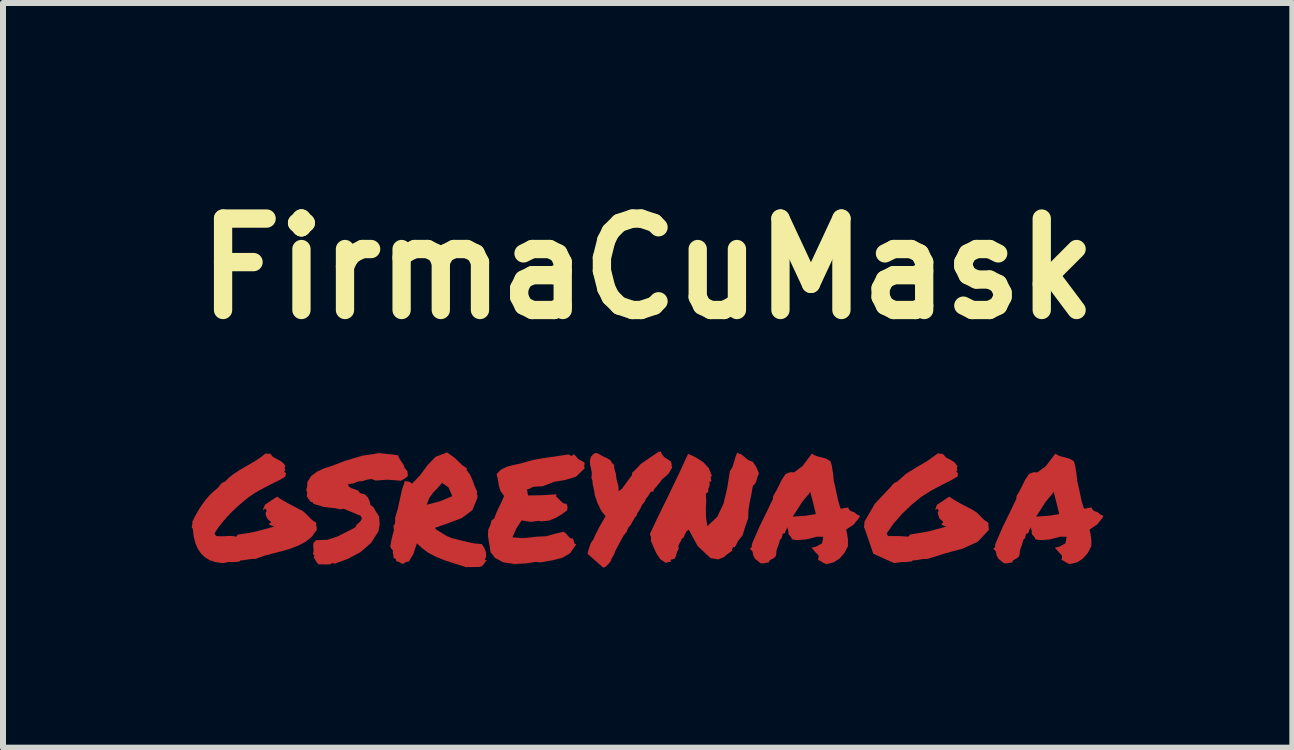
<source format=kicad_pcb>
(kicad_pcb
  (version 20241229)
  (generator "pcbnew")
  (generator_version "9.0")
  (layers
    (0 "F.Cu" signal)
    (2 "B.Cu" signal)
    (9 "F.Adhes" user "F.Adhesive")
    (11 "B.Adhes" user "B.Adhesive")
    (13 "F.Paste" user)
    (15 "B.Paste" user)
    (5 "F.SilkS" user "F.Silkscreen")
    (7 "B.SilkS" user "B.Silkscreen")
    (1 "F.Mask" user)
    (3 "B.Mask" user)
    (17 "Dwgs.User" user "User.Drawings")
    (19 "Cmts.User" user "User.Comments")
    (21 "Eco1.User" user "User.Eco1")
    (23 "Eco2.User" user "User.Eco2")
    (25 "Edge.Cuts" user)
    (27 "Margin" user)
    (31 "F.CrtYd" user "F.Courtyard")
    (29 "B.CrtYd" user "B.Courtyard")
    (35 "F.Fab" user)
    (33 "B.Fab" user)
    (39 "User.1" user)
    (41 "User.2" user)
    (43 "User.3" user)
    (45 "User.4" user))
  (footprint "FirmaCuMask"
    (layer "F.Cu")
    (at 7.743 5.454)
    (property "Reference" "FirmaCuMask" (at 0 -4.027 0) (layer "F.SilkS") (effects (font (size 1.524 1.524) (thickness 0.305))))
    (attr smd)
    (fp_poly (pts (xy 5.687 0.327) (xy 5.502 0.524) (xy 5.249 0.639) (xy 4.959 0.718) (xy 4.668 0.809) (xy 4.594 0.812) (xy 4.536 0.821) (xy 4.483 0.83) (xy 4.424 0.835) (xy 4.409 0.841) (xy 4.4 0.853) (xy 4.309 0.862) (xy 4.245 0.862) (xy 4.171 0.871) (xy 4.107 0.88) (xy 3.76 0.724) (xy 3.622 0.319) (xy 3.616 0.301) (xy 3.605 0.292) (xy 3.61 0.242) (xy 3.613 0.189) (xy 3.787 -0.11) (xy 4.019 -0.357) (xy 4.054 -0.392) (xy 4.08 -0.427) (xy 4.113 -0.457) (xy 4.157 -0.477) (xy 4.304 -0.607) (xy 4.483 -0.718) (xy 4.668 -0.827) (xy 4.838 -0.95) (xy 4.885 -0.941) (xy 4.917 -0.941) (xy 4.973 -0.88) (xy 5.047 -0.842) (xy 5.117 -0.797) (xy 5.167 -0.727) (xy 5.149 -0.712) (xy 5.158 -0.686) (xy 5.161 -0.659) (xy 5.141 -0.648) (xy 5.158 -0.63) (xy 5.176 -0.615) (xy 5.167 -0.592) (xy 5.167 -0.563) (xy 5.035 -0.489) (xy 4.885 -0.413) (xy 4.724 -0.328) (xy 4.562 -0.225) (xy 4.4 -0.093) (xy 4.242 0.057) (xy 4.098 0.222) (xy 3.983 0.386) (xy 3.995 0.41) (xy 4.01 0.43) (xy 4.183 0.43) (xy 4.348 0.439) (xy 4.359 0.421) (xy 4.374 0.404) (xy 4.685 0.351) (xy 4.979 0.272) (xy 4.935 0.257) (xy 4.9 0.242) (xy 4.9 0.219) (xy 4.929 0.195) (xy 4.862 0.136) (xy 4.832 0.042) (xy 4.85 0.007) (xy 4.832 -0.025) (xy 4.818 -0.025) (xy 4.812 -0.016) (xy 4.809 -0.005) (xy 4.794 -0.007) (xy 4.806 -0.052) (xy 4.823 -0.093) (xy 5.026 -0.228) (xy 5.105 -0.175) (xy 5.202 -0.119) (xy 5.308 -0.063) (xy 5.411 -0.01) (xy 5.484 0.037) (xy 5.546 0.098) (xy 5.605 0.157) (xy 5.678 0.207) (xy 5.681 0.269) (xy 5.687 0.327) (xy 5.687 0.327)) (stroke (width 0) (type solid)) (fill yes) (layer "F.Cu"))
    (fp_poly (pts (xy -5.673 -0.466) (xy -5.608 -0.571) (xy -5.508 -0.645) (xy -5.394 -0.698) (xy -5.282 -0.733) (xy -5.033 -0.827) (xy -4.759 -0.909) (xy -4.472 -0.953) (xy -4.163 -0.918) (xy -4.137 -0.862) (xy -4.102 -0.809) (xy -4.066 -0.756) (xy -4.049 -0.706) (xy -4.002 -0.648) (xy -3.996 -0.568) (xy -4.055 -0.524) (xy -4.113 -0.492) (xy -4.334 -0.51) (xy -4.533 -0.495) (xy -4.598 -0.521) (xy -4.674 -0.51) (xy -4.754 -0.486) (xy -4.827 -0.48) (xy -4.9 -0.448) (xy -4.992 -0.436) (xy -4.986 -0.416) (xy -4.983 -0.398) (xy -4.939 -0.369) (xy -4.88 -0.351) (xy -4.824 -0.328) (xy -4.792 -0.286) (xy -4.715 -0.266) (xy -4.663 -0.216) (xy -4.633 -0.151) (xy -4.621 -0.093) (xy -4.601 -0.072) (xy -4.575 -0.06) (xy -4.53 0.019) (xy -4.475 0.104) (xy -4.466 0.236) (xy -4.486 0.351) (xy -4.61 0.545) (xy -4.786 0.697) (xy -4.994 0.809) (xy -5.212 0.888) (xy -5.235 0.888) (xy -5.241 0.874) (xy -5.294 0.9) (xy -5.353 0.903) (xy -5.42 0.9) (xy -5.482 0.903) (xy -5.52 0.862) (xy -5.544 0.815) (xy -5.558 0.8) (xy -5.567 0.786) (xy -5.552 0.753) (xy -5.561 0.744) (xy -5.573 0.739) (xy -5.576 0.724) (xy -5.567 0.671) (xy -5.573 0.606) (xy -5.57 0.545) (xy -5.526 0.498) (xy -5.338 0.492) (xy -5.168 0.436) (xy -5.018 0.36) (xy -4.874 0.286) (xy -4.851 0.242) (xy -4.815 0.21) (xy -4.783 0.178) (xy -4.762 0.134) (xy -4.774 0.11) (xy -4.786 0.087) (xy -4.818 0.078) (xy -4.944 0.025) (xy -5.065 -0.025) (xy -5.127 -0.016) (xy -5.197 -0.034) (xy -5.391 -0.054) (xy -5.567 -0.107) (xy -5.582 -0.134) (xy -5.614 -0.14) (xy -5.649 -0.184) (xy -5.682 -0.234) (xy -5.673 -0.292) (xy -5.69 -0.342) (xy -5.673 -0.404) (xy -5.673 -0.466) (xy -5.673 -0.466)) (stroke (width 0) (type solid)) (fill yes) (layer "F.Cu"))
    (fp_poly (pts (xy -3.846 0.551) (xy -3.682 -0.093) (xy -3.467 -0.148) (xy -3.256 -0.236) (xy -3.32 -0.383) (xy -3.426 -0.457) (xy -3.426 -0.457) (xy -3.5 -0.372) (xy -3.576 -0.292) (xy -3.64 -0.204) (xy -3.682 -0.093) (xy -3.846 0.551) (xy -3.905 0.73) (xy -3.978 0.853) (xy -4.031 0.862) (xy -4.063 0.888) (xy -4.102 0.888) (xy -4.122 0.874) (xy -4.146 0.859) (xy -4.184 0.853) (xy -4.199 0.809) (xy -4.237 0.794) (xy -4.234 0.756) (xy -4.243 0.727) (xy -4.248 0.7) (xy -4.246 0.665) (xy -4.269 0.645) (xy -4.29 0.604) (xy -4.272 0.504) (xy -4.251 0.416) (xy -4.228 0.333) (xy -4.237 0.248) (xy -4.219 0.245) (xy -4.21 0.21) (xy -4.207 0.166) (xy -4.21 0.128) (xy -4.163 -0.028) (xy -4.128 -0.189) (xy -4.093 -0.345) (xy -4.046 -0.486) (xy -3.975 -0.477) (xy -3.925 -0.445) (xy -3.79 -0.586) (xy -3.67 -0.75) (xy -3.535 -0.891) (xy -3.344 -0.965) (xy -3.215 -0.874) (xy -3.094 -0.756) (xy -3.056 -0.73) (xy -3.015 -0.703) (xy -3.015 -0.668) (xy -2.959 -0.592) (xy -2.918 -0.501) (xy -2.883 -0.404) (xy -2.842 -0.313) (xy -2.847 -0.286) (xy -2.845 -0.266) (xy -2.836 -0.242) (xy -2.836 -0.21) (xy -2.921 -0.001) (xy -3.1 0.131) (xy -3.326 0.216) (xy -3.544 0.292) (xy -3.535 0.304) (xy -3.526 0.319) (xy -3.414 0.389) (xy -3.338 0.433) (xy -3.259 0.466) (xy -3.138 0.495) (xy -3.021 0.524) (xy -2.941 0.542) (xy -2.871 0.554) (xy -2.765 0.562) (xy -2.721 0.627) (xy -2.695 0.7) (xy -2.692 0.771) (xy -2.712 0.824) (xy -2.701 0.833) (xy -2.677 0.833) (xy -2.707 0.862) (xy -2.73 0.897) (xy -2.756 0.927) (xy -2.798 0.944) (xy -3.027 0.947) (xy -3.376 0.836) (xy -3.549 0.765) (xy -3.664 0.703) (xy -3.752 0.636) (xy -3.846 0.551) (xy -3.846 0.551)) (stroke (width 0) (type solid)) (fill yes) (layer "F.Cu"))
    (fp_poly (pts (xy -1.053 -0.797) (xy -1.053 -0.765) (xy -1.056 -0.747) (xy -1.056 -0.727) (xy -1.05 -0.698) (xy -1.194 -0.56) (xy -1.367 -0.507) (xy -1.561 -0.474) (xy -1.755 -0.398) (xy -1.825 -0.398) (xy -1.914 -0.389) (xy -1.958 -0.363) (xy -2.01 -0.348) (xy -2.002 -0.292) (xy -1.993 -0.248) (xy -1.767 -0.251) (xy -1.52 -0.266) (xy -1.523 -0.245) (xy -1.526 -0.231) (xy -1.485 -0.192) (xy -1.444 -0.151) (xy -1.403 -0.116) (xy -1.35 -0.107) (xy -1.335 -0.054) (xy -1.341 0.001) (xy -1.435 0.069) (xy -1.535 0.128) (xy -1.643 0.172) (xy -1.77 0.184) (xy -1.793 0.184) (xy -1.811 0.175) (xy -1.878 0.184) (xy -1.943 0.192) (xy -2.022 0.181) (xy -2.101 0.169) (xy -2.187 0.301) (xy -2.254 0.451) (xy -2.09 0.463) (xy -1.963 0.454) (xy -1.843 0.439) (xy -1.687 0.433) (xy -1.549 0.392) (xy -1.4 0.357) (xy -1.358 0.389) (xy -1.326 0.43) (xy -1.291 0.463) (xy -1.247 0.474) (xy -1.232 0.504) (xy -1.223 0.533) (xy -1.215 0.56) (xy -1.188 0.565) (xy -1.291 0.715) (xy -1.42 0.791) (xy -1.585 0.833) (xy -1.781 0.868) (xy -1.825 0.865) (xy -1.867 0.859) (xy -2.028 0.886) (xy -2.219 0.894) (xy -2.404 0.868) (xy -2.548 0.792) (xy -2.58 0.745) (xy -2.618 0.7) (xy -2.63 0.615) (xy -2.648 0.518) (xy -2.662 0.416) (xy -2.657 0.325) (xy -2.621 0.245) (xy -2.601 0.169) (xy -2.583 0.154) (xy -2.56 0.142) (xy -2.521 0.043) (xy -2.48 -0.048) (xy -2.436 -0.137) (xy -2.392 -0.239) (xy -2.454 -0.322) (xy -2.48 -0.413) (xy -2.495 -0.507) (xy -2.516 -0.606) (xy -2.445 -0.677) (xy -2.351 -0.724) (xy -2.242 -0.753) (xy -2.119 -0.78) (xy -1.911 -0.838) (xy -1.729 -0.871) (xy -1.541 -0.897) (xy -1.32 -0.932) (xy -1.27 -0.906) (xy -1.244 -0.921) (xy -1.229 -0.938) (xy -1.156 -0.853) (xy -1.053 -0.797) (xy -1.053 -0.797)) (stroke (width 0) (type solid)) (fill yes) (layer "F.Cu"))
    (fp_poly (pts (xy -0.184 0.087) (xy -0.219 0.131) (xy -0.248 0.181) (xy -0.281 0.242) (xy -0.325 0.295) (xy -0.354 0.366) (xy -0.401 0.421) (xy -0.539 0.677) (xy -0.557 0.73) (xy -0.583 0.777) (xy -0.595 0.797) (xy -0.604 0.812) (xy -0.61 0.841) (xy -0.642 0.883) (xy -0.674 0.915) (xy -0.695 0.938) (xy -0.739 0.956) (xy -1 0.727) (xy -0.997 0.697) (xy -0.988 0.668) (xy -0.977 0.633) (xy -0.95 0.551) (xy -0.9 0.477) (xy -0.874 0.413) (xy -0.803 0.275) (xy -0.739 0.163) (xy -0.701 0.098) (xy -0.771 0.013) (xy -0.839 -0.128) (xy -0.88 -0.248) (xy -0.889 -0.313) (xy -0.9 -0.369) (xy -0.915 -0.433) (xy -0.921 -0.501) (xy -0.938 -0.542) (xy -0.933 -0.571) (xy -0.93 -0.624) (xy -0.944 -0.695) (xy -0.959 -0.759) (xy -0.962 -0.83) (xy -0.944 -0.894) (xy -0.889 -0.95) (xy -0.839 -0.953) (xy -0.789 -0.924) (xy -0.739 -0.897) (xy -0.677 -0.868) (xy -0.615 -0.83) (xy -0.595 -0.789) (xy -0.557 -0.756) (xy -0.557 -0.724) (xy -0.554 -0.692) (xy -0.542 -0.645) (xy -0.53 -0.609) (xy -0.521 -0.53) (xy -0.504 -0.463) (xy -0.486 -0.395) (xy -0.483 -0.319) (xy -0.454 -0.339) (xy -0.442 -0.348) (xy -0.43 -0.357) (xy -0.257 -0.592) (xy -0.263 -0.621) (xy -0.201 -0.68) (xy -0.157 -0.724) (xy -0.119 -0.768) (xy -0.087 -0.792) (xy 0.18 -0.974) (xy 0.222 -0.979) (xy 0.233 -0.941) (xy 0.28 -0.883) (xy 0.36 -0.833) (xy 0.386 -0.815) (xy 0.401 -0.771) (xy 0.398 -0.745) (xy 0.41 -0.715) (xy 0.351 -0.612) (xy 0.286 -0.554) (xy 0.236 -0.51) (xy 0.204 -0.463) (xy 0.183 -0.439) (xy 0.104 -0.345) (xy 0.095 -0.31) (xy 0.06 -0.31) (xy 0.045 -0.298) (xy 0.016 -0.248) (xy -0.013 -0.21) (xy -0.028 -0.195) (xy -0.037 -0.172) (xy -0.046 -0.148) (xy -0.093 -0.09) (xy -0.113 -0.048) (xy -0.137 -0.001) (xy -0.169 0.043) (xy -0.184 0.087) (xy -0.184 0.087)) (stroke (width 0) (type solid)) (fill yes) (layer "F.Cu"))
    (fp_poly (pts (xy 0.683 0.322) (xy 0.645 0.354) (xy 0.621 0.404) (xy 0.6 0.454) (xy 0.571 0.474) (xy 0.553 0.515) (xy 0.53 0.554) (xy 0.512 0.595) (xy 0.518 0.645) (xy 0.489 0.695) (xy 0.474 0.756) (xy 0.451 0.806) (xy 0.386 0.824) (xy 0.383 0.838) (xy 0.392 0.859) (xy 0.342 0.862) (xy 0.304 0.877) (xy 0.21 0.815) (xy 0.145 0.718) (xy 0.095 0.606) (xy 0.054 0.509) (xy 0.057 0.448) (xy 0.037 0.395) (xy 0.073 0.318) (xy 0.11 0.24) (xy 0.148 0.16) (xy 0.187 0.079) (xy 0.227 -0.003) (xy 0.267 -0.086) (xy 0.309 -0.171) (xy 0.351 -0.257) (xy 0.393 -0.344) (xy 0.435 -0.43) (xy 0.476 -0.516) (xy 0.517 -0.601) (xy 0.557 -0.687) (xy 0.596 -0.772) (xy 0.635 -0.857) (xy 0.674 -0.941) (xy 0.806 -0.88) (xy 0.926 -0.803) (xy 1.02 -0.701) (xy 1.07 -0.574) (xy 1.056 -0.56) (xy 1.044 -0.557) (xy 1.056 -0.536) (xy 1.056 -0.524) (xy 1.056 -0.507) (xy 1.064 -0.48) (xy 1.047 -0.477) (xy 1.029 -0.477) (xy 1.035 -0.424) (xy 1.023 -0.386) (xy 1.009 -0.351) (xy 1.012 -0.304) (xy 0.997 -0.298) (xy 0.991 -0.289) (xy 0.982 -0.281) (xy 0.97 -0.281) (xy 0.976 -0.151) (xy 0.97 -0.019) (xy 0.973 0.119) (xy 0.994 0.266) (xy 1.161 0.107) (xy 1.264 -0.11) (xy 1.326 -0.369) (xy 1.37 -0.651) (xy 1.411 -0.715) (xy 1.437 -0.795) (xy 1.461 -0.88) (xy 1.49 -0.959) (xy 1.564 -0.93) (xy 1.622 -0.883) (xy 1.678 -0.836) (xy 1.752 -0.809) (xy 1.816 -0.712) (xy 1.855 -0.612) (xy 1.831 -0.56) (xy 1.816 -0.501) (xy 1.793 -0.445) (xy 1.752 -0.404) (xy 1.728 -0.263) (xy 1.702 -0.14) (xy 1.681 -0.01) (xy 1.675 0.134) (xy 1.625 0.277) (xy 1.584 0.415) (xy 1.511 0.507) (xy 1.455 0.612) (xy 1.44 0.618) (xy 1.42 0.609) (xy 1.42 0.627) (xy 1.411 0.639) (xy 1.405 0.65) (xy 1.411 0.674) (xy 1.338 0.724) (xy 1.267 0.783) (xy 1.179 0.818) (xy 1.047 0.797) (xy 0.832 0.595) (xy 0.683 0.321) (xy 0.683 0.322)) (stroke (width 0) (type solid)) (fill yes) (layer "F.Cu"))
    (fp_poly (pts (xy 3.332 0.609) (xy 2.483 0.101) (xy 2.642 0.09) (xy 2.803 0.063) (xy 2.759 -0.119) (xy 2.709 -0.31) (xy 2.692 -0.28) (xy 2.577 -0.142) (xy 2.486 0.001) (xy 2.451 0.054) (xy 2.419 0.107) (xy 2.451 0.104) (xy 2.483 0.101) (xy 2.483 0.101) (xy 3.332 0.609) (xy 3.279 0.712) (xy 3.2 0.803) (xy 3.1 0.868) (xy 2.982 0.897) (xy 2.929 0.877) (xy 2.903 0.859) (xy 2.885 0.85) (xy 2.874 0.841) (xy 2.838 0.827) (xy 2.85 0.789) (xy 2.847 0.753) (xy 2.812 0.715) (xy 2.794 0.697) (xy 2.78 0.68) (xy 2.73 0.624) (xy 2.809 0.604) (xy 2.906 0.551) (xy 2.927 0.442) (xy 2.827 0.439) (xy 2.747 0.46) (xy 2.639 0.486) (xy 2.521 0.495) (xy 2.477 0.495) (xy 2.433 0.489) (xy 2.404 0.483) (xy 2.392 0.448) (xy 2.38 0.436) (xy 2.348 0.398) (xy 2.342 0.333) (xy 2.325 0.281) (xy 2.298 0.354) (xy 2.286 0.383) (xy 2.257 0.389) (xy 2.248 0.404) (xy 2.245 0.419) (xy 2.231 0.468) (xy 2.219 0.48) (xy 2.207 0.489) (xy 2.192 0.542) (xy 2.175 0.592) (xy 2.148 0.668) (xy 2.142 0.739) (xy 2.131 0.771) (xy 2.098 0.8) (xy 2.063 0.818) (xy 2.046 0.83) (xy 2.031 0.836) (xy 2.022 0.868) (xy 1.987 0.874) (xy 1.94 0.882) (xy 1.91 0.885) (xy 1.881 0.882) (xy 1.831 0.841) (xy 1.79 0.809) (xy 1.761 0.756) (xy 1.755 0.724) (xy 1.749 0.695) (xy 1.74 0.677) (xy 1.702 0.642) (xy 1.734 0.615) (xy 1.737 0.565) (xy 1.861 0.277) (xy 1.999 -0.004) (xy 2.043 -0.098) (xy 2.09 -0.192) (xy 2.087 -0.213) (xy 2.093 -0.239) (xy 2.145 -0.328) (xy 2.187 -0.41) (xy 2.234 -0.507) (xy 2.298 -0.604) (xy 2.345 -0.624) (xy 2.366 -0.63) (xy 2.392 -0.636) (xy 2.436 -0.63) (xy 2.58 -0.736) (xy 2.706 -0.903) (xy 2.736 -0.944) (xy 2.774 -0.921) (xy 2.815 -0.903) (xy 2.871 -0.888) (xy 2.971 -0.862) (xy 3.047 -0.818) (xy 3.068 -0.747) (xy 3.076 -0.7) (xy 3.091 -0.601) (xy 3.103 -0.489) (xy 3.126 -0.389) (xy 3.147 -0.292) (xy 3.176 -0.154) (xy 3.214 -0.031) (xy 3.244 -0.028) (xy 3.273 -0.037) (xy 3.311 -0.043) (xy 3.344 -0.046) (xy 3.355 -0.016) (xy 3.385 0.013) (xy 3.441 0.031) (xy 3.473 0.057) (xy 3.496 0.075) (xy 3.54 0.093) (xy 3.517 0.137) (xy 3.432 0.239) (xy 3.311 0.319) (xy 3.314 0.354) (xy 3.323 0.386) (xy 3.338 0.489) (xy 3.338 0.598) (xy 3.332 0.609) (xy 3.332 0.609)) (stroke (width 0) (type solid)) (fill yes) (layer "F.Cu"))
    (fp_poly (pts (xy 7.388 0.609) (xy 6.539 0.101) (xy 6.698 0.09) (xy 6.859 0.063) (xy 6.815 -0.119) (xy 6.765 -0.31) (xy 6.748 -0.28) (xy 6.633 -0.142) (xy 6.542 0.001) (xy 6.507 0.054) (xy 6.475 0.107) (xy 6.507 0.104) (xy 6.539 0.101) (xy 6.539 0.101) (xy 7.388 0.609) (xy 7.335 0.712) (xy 7.256 0.803) (xy 7.156 0.868) (xy 7.038 0.897) (xy 6.986 0.877) (xy 6.959 0.859) (xy 6.941 0.85) (xy 6.93 0.841) (xy 6.894 0.827) (xy 6.906 0.789) (xy 6.903 0.753) (xy 6.868 0.715) (xy 6.85 0.697) (xy 6.836 0.68) (xy 6.786 0.624) (xy 6.865 0.604) (xy 6.962 0.551) (xy 6.983 0.442) (xy 6.883 0.439) (xy 6.803 0.46) (xy 6.695 0.486) (xy 6.577 0.495) (xy 6.533 0.495) (xy 6.489 0.489) (xy 6.46 0.483) (xy 6.448 0.448) (xy 6.436 0.436) (xy 6.404 0.398) (xy 6.398 0.333) (xy 6.381 0.281) (xy 6.354 0.354) (xy 6.342 0.383) (xy 6.313 0.389) (xy 6.304 0.404) (xy 6.301 0.419) (xy 6.287 0.468) (xy 6.275 0.48) (xy 6.263 0.489) (xy 6.248 0.542) (xy 6.231 0.592) (xy 6.204 0.668) (xy 6.198 0.739) (xy 6.187 0.771) (xy 6.154 0.8) (xy 6.119 0.818) (xy 6.102 0.83) (xy 6.087 0.836) (xy 6.078 0.868) (xy 6.043 0.874) (xy 5.996 0.882) (xy 5.966 0.885) (xy 5.937 0.882) (xy 5.887 0.841) (xy 5.846 0.809) (xy 5.817 0.756) (xy 5.811 0.724) (xy 5.805 0.695) (xy 5.796 0.677) (xy 5.758 0.642) (xy 5.79 0.615) (xy 5.793 0.565) (xy 5.917 0.277) (xy 6.055 -0.004) (xy 6.099 -0.098) (xy 6.146 -0.192) (xy 6.143 -0.213) (xy 6.149 -0.239) (xy 6.201 -0.328) (xy 6.243 -0.41) (xy 6.29 -0.507) (xy 6.354 -0.604) (xy 6.401 -0.624) (xy 6.422 -0.63) (xy 6.448 -0.636) (xy 6.492 -0.63) (xy 6.636 -0.736) (xy 6.762 -0.903) (xy 6.792 -0.944) (xy 6.83 -0.921) (xy 6.871 -0.903) (xy 6.927 -0.888) (xy 7.027 -0.862) (xy 7.103 -0.818) (xy 7.124 -0.747) (xy 7.132 -0.7) (xy 7.147 -0.601) (xy 7.159 -0.489) (xy 7.182 -0.389) (xy 7.203 -0.292) (xy 7.232 -0.154) (xy 7.27 -0.031) (xy 7.3 -0.028) (xy 7.329 -0.037) (xy 7.367 -0.043) (xy 7.4 -0.046) (xy 7.411 -0.016) (xy 7.441 0.013) (xy 7.497 0.031) (xy 7.529 0.057) (xy 7.552 0.075) (xy 7.596 0.093) (xy 7.573 0.137) (xy 7.488 0.239) (xy 7.367 0.319) (xy 7.37 0.354) (xy 7.379 0.386) (xy 7.394 0.489) (xy 7.394 0.598) (xy 7.388 0.609) (xy 7.388 0.609)) (stroke (width 0) (type solid)) (fill yes) (layer "F.Cu"))
    (fp_poly (pts (xy -5.514 0.327) (xy -5.596 0.44) (xy -5.699 0.524) (xy -5.82 0.587) (xy -5.952 0.639) (xy -6.094 0.681) (xy -6.243 0.718) (xy -6.39 0.758) (xy -6.533 0.809) (xy -6.572 0.81) (xy -6.607 0.812) (xy -6.636 0.816) (xy -6.666 0.821) (xy -6.692 0.824) (xy -6.718 0.83) (xy -6.746 0.833) (xy -6.777 0.836) (xy -6.787 0.836) (xy -6.792 0.841) (xy -6.795 0.847) (xy -6.801 0.853) (xy -6.848 0.86) (xy -6.871 0.861) (xy -6.892 0.862) (xy -6.908 0.862) (xy -6.924 0.862) (xy -6.94 0.862) (xy -6.956 0.862) (xy -6.974 0.862) (xy -6.992 0.864) (xy -7.011 0.867) (xy -7.03 0.871) (xy -7.047 0.876) (xy -7.064 0.879) (xy -7.079 0.88) (xy -7.094 0.879) (xy -7.199 0.865) (xy -7.291 0.835) (xy -7.372 0.787) (xy -7.441 0.724) (xy -7.496 0.643) (xy -7.537 0.549) (xy -7.565 0.441) (xy -7.579 0.318) (xy -7.578 0.312) (xy -7.579 0.307) (xy -7.581 0.303) (xy -7.585 0.301) (xy -7.588 0.299) (xy -7.591 0.297) (xy -7.594 0.295) (xy -7.596 0.292) (xy -7.596 0.278) (xy -7.595 0.265) (xy -7.593 0.253) (xy -7.591 0.242) (xy -7.587 0.231) (xy -7.586 0.219) (xy -7.586 0.205) (xy -7.588 0.189) (xy -7.548 0.11) (xy -7.506 0.034) (xy -7.462 -0.04) (xy -7.414 -0.11) (xy -7.364 -0.178) (xy -7.308 -0.242) (xy -7.248 -0.302) (xy -7.182 -0.357) (xy -7.173 -0.366) (xy -7.163 -0.375) (xy -7.155 -0.383) (xy -7.147 -0.392) (xy -7.14 -0.401) (xy -7.133 -0.41) (xy -7.127 -0.419) (xy -7.121 -0.427) (xy -7.113 -0.436) (xy -7.105 -0.444) (xy -7.088 -0.457) (xy -7.069 -0.469) (xy -7.044 -0.477) (xy -6.977 -0.545) (xy -6.898 -0.607) (xy -6.81 -0.664) (xy -6.718 -0.718) (xy -6.625 -0.773) (xy -6.533 -0.827) (xy -6.444 -0.886) (xy -6.363 -0.95) (xy -6.335 -0.941) (xy -6.316 -0.941) (xy -6.301 -0.944) (xy -6.284 -0.941) (xy -6.26 -0.904) (xy -6.228 -0.88) (xy -6.19 -0.861) (xy -6.155 -0.841) (xy -6.118 -0.822) (xy -6.084 -0.797) (xy -6.055 -0.767) (xy -6.034 -0.727) (xy -6.047 -0.723) (xy -6.052 -0.712) (xy -6.048 -0.7) (xy -6.043 -0.686) (xy -6.039 -0.673) (xy -6.04 -0.659) (xy -6.045 -0.651) (xy -6.06 -0.648) (xy -6.055 -0.636) (xy -6.043 -0.63) (xy -6.03 -0.626) (xy -6.025 -0.615) (xy -6.027 -0.602) (xy -6.034 -0.592) (xy -6.037 -0.58) (xy -6.034 -0.563) (xy -6.096 -0.525) (xy -6.166 -0.489) (xy -6.239 -0.452) (xy -6.316 -0.413) (xy -6.395 -0.372) (xy -6.478 -0.328) (xy -6.559 -0.28) (xy -6.639 -0.225) (xy -6.719 -0.162) (xy -6.801 -0.093) (xy -6.881 -0.02) (xy -6.921 0.018) (xy -6.959 0.057) (xy -6.997 0.097) (xy -7.033 0.138) (xy -7.069 0.179) (xy -7.103 0.222) (xy -7.136 0.263) (xy -7.166 0.304) (xy -7.193 0.345) (xy -7.218 0.386) (xy -7.215 0.393) (xy -7.212 0.399) (xy -7.209 0.405) (xy -7.206 0.41) (xy -7.202 0.413) (xy -7.198 0.418) (xy -7.194 0.423) (xy -7.191 0.43) (xy -7.145 0.432) (xy -7.101 0.433) (xy -7.059 0.432) (xy -7.018 0.43) (xy -6.977 0.427) (xy -6.936 0.428) (xy -6.895 0.432) (xy -6.854 0.439) (xy -6.85 0.436) (xy -6.846 0.432) (xy -6.844 0.427) (xy -6.842 0.421) (xy -6.84 0.416) (xy -6.837 0.411) (xy -6.833 0.407) (xy -6.827 0.404) (xy -6.666 0.382) (xy -6.516 0.351) (xy -6.371 0.312) (xy -6.222 0.272) (xy -6.245 0.263) (xy -6.266 0.257) (xy -6.284 0.249) (xy -6.302 0.242) (xy -6.309 0.229) (xy -6.302 0.219) (xy -6.285 0.207) (xy -6.272 0.195) (xy -6.31 0.169) (xy -6.34 0.136) (xy -6.359 0.095) (xy -6.369 0.042) (xy -6.356 0.026) (xy -6.352 0.007) (xy -6.356 -0.011) (xy -6.369 -0.025) (xy -6.379 -0.027) (xy -6.384 -0.025) (xy -6.387 -0.021) (xy -6.39 -0.016) (xy -6.39 -0.01) (xy -6.393 -0.005) (xy -6.398 -0.004) (xy -6.407 -0.007) (xy -6.403 -0.032) (xy -6.395 -0.052) (xy -6.385 -0.071) (xy -6.378 -0.093) (xy -6.277 -0.16) (xy -6.175 -0.228) (xy -6.139 -0.203) (xy -6.096 -0.175) (xy -6.048 -0.148) (xy -5.999 -0.119) (xy -5.946 -0.092) (xy -5.893 -0.063) (xy -5.84 -0.037) (xy -5.79 -0.01) (xy -5.752 0.01) (xy -5.717 0.037) (xy -5.685 0.067) (xy -5.655 0.098) (xy -5.626 0.128) (xy -5.597 0.157) (xy -5.562 0.184) (xy -5.523 0.207) (xy -5.525 0.241) (xy -5.52 0.269) (xy -5.514 0.295) (xy -5.514 0.327) (xy -5.514 0.327) (xy -5.514 0.327)) (stroke (width 0) (type solid)) (fill yes) (layer "F.Cu"))
    (fp_poly (pts (xy 5.687 0.327) (xy 5.502 0.524) (xy 5.249 0.639) (xy 4.959 0.718) (xy 4.668 0.809) (xy 4.594 0.812) (xy 4.536 0.821) (xy 4.483 0.83) (xy 4.424 0.835) (xy 4.409 0.841) (xy 4.4 0.853) (xy 4.309 0.862) (xy 4.245 0.862) (xy 4.171 0.871) (xy 4.107 0.88) (xy 3.76 0.724) (xy 3.622 0.319) (xy 3.616 0.301) (xy 3.605 0.292) (xy 3.61 0.242) (xy 3.613 0.189) (xy 3.787 -0.11) (xy 4.019 -0.357) (xy 4.054 -0.392) (xy 4.08 -0.427) (xy 4.113 -0.457) (xy 4.157 -0.477) (xy 4.304 -0.607) (xy 4.483 -0.718) (xy 4.668 -0.827) (xy 4.838 -0.95) (xy 4.885 -0.941) (xy 4.917 -0.941) (xy 4.973 -0.88) (xy 5.047 -0.842) (xy 5.117 -0.797) (xy 5.167 -0.727) (xy 5.149 -0.712) (xy 5.158 -0.686) (xy 5.161 -0.659) (xy 5.141 -0.648) (xy 5.158 -0.63) (xy 5.176 -0.615) (xy 5.167 -0.592) (xy 5.167 -0.563) (xy 5.035 -0.489) (xy 4.885 -0.413) (xy 4.724 -0.328) (xy 4.562 -0.225) (xy 4.4 -0.093) (xy 4.242 0.057) (xy 4.098 0.222) (xy 3.983 0.386) (xy 3.995 0.41) (xy 4.01 0.43) (xy 4.183 0.43) (xy 4.348 0.439) (xy 4.359 0.421) (xy 4.374 0.404) (xy 4.685 0.351) (xy 4.979 0.272) (xy 4.935 0.257) (xy 4.9 0.242) (xy 4.9 0.219) (xy 4.929 0.195) (xy 4.862 0.136) (xy 4.832 0.042) (xy 4.85 0.007) (xy 4.832 -0.025) (xy 4.818 -0.025) (xy 4.812 -0.016) (xy 4.809 -0.005) (xy 4.794 -0.007) (xy 4.806 -0.052) (xy 4.823 -0.093) (xy 5.026 -0.228) (xy 5.105 -0.175) (xy 5.202 -0.119) (xy 5.308 -0.063) (xy 5.411 -0.01) (xy 5.484 0.037) (xy 5.546 0.098) (xy 5.605 0.157) (xy 5.678 0.207) (xy 5.681 0.269) (xy 5.687 0.327) (xy 5.687 0.327)) (stroke (width 0) (type solid)) (fill yes) (layer "F.Mask"))
    (fp_poly (pts (xy -5.673 -0.466) (xy -5.608 -0.571) (xy -5.508 -0.645) (xy -5.394 -0.698) (xy -5.282 -0.733) (xy -5.033 -0.827) (xy -4.759 -0.909) (xy -4.472 -0.953) (xy -4.163 -0.918) (xy -4.137 -0.862) (xy -4.102 -0.809) (xy -4.066 -0.756) (xy -4.049 -0.706) (xy -4.002 -0.648) (xy -3.996 -0.568) (xy -4.055 -0.524) (xy -4.113 -0.492) (xy -4.334 -0.51) (xy -4.533 -0.495) (xy -4.598 -0.521) (xy -4.674 -0.51) (xy -4.754 -0.486) (xy -4.827 -0.48) (xy -4.9 -0.448) (xy -4.992 -0.436) (xy -4.986 -0.416) (xy -4.983 -0.398) (xy -4.939 -0.369) (xy -4.88 -0.351) (xy -4.824 -0.328) (xy -4.792 -0.286) (xy -4.715 -0.266) (xy -4.663 -0.216) (xy -4.633 -0.151) (xy -4.621 -0.093) (xy -4.601 -0.072) (xy -4.575 -0.06) (xy -4.53 0.019) (xy -4.475 0.104) (xy -4.466 0.236) (xy -4.486 0.351) (xy -4.61 0.545) (xy -4.786 0.697) (xy -4.994 0.809) (xy -5.212 0.888) (xy -5.235 0.888) (xy -5.241 0.874) (xy -5.294 0.9) (xy -5.353 0.903) (xy -5.42 0.9) (xy -5.482 0.903) (xy -5.52 0.862) (xy -5.544 0.815) (xy -5.558 0.8) (xy -5.567 0.786) (xy -5.552 0.753) (xy -5.561 0.744) (xy -5.573 0.739) (xy -5.576 0.724) (xy -5.567 0.671) (xy -5.573 0.606) (xy -5.57 0.545) (xy -5.526 0.498) (xy -5.338 0.492) (xy -5.168 0.436) (xy -5.018 0.36) (xy -4.874 0.286) (xy -4.851 0.242) (xy -4.815 0.21) (xy -4.783 0.178) (xy -4.762 0.134) (xy -4.774 0.11) (xy -4.786 0.087) (xy -4.818 0.078) (xy -4.944 0.025) (xy -5.065 -0.025) (xy -5.127 -0.016) (xy -5.197 -0.034) (xy -5.391 -0.054) (xy -5.567 -0.107) (xy -5.582 -0.134) (xy -5.614 -0.14) (xy -5.649 -0.184) (xy -5.682 -0.234) (xy -5.673 -0.292) (xy -5.69 -0.342) (xy -5.673 -0.404) (xy -5.673 -0.466) (xy -5.673 -0.466)) (stroke (width 0) (type solid)) (fill yes) (layer "F.Mask"))
    (fp_poly (pts (xy -3.846 0.551) (xy -3.682 -0.093) (xy -3.467 -0.148) (xy -3.256 -0.236) (xy -3.32 -0.383) (xy -3.426 -0.457) (xy -3.426 -0.457) (xy -3.5 -0.372) (xy -3.576 -0.292) (xy -3.64 -0.204) (xy -3.682 -0.093) (xy -3.846 0.551) (xy -3.905 0.73) (xy -3.978 0.853) (xy -4.031 0.862) (xy -4.063 0.888) (xy -4.102 0.888) (xy -4.122 0.874) (xy -4.146 0.859) (xy -4.184 0.853) (xy -4.199 0.809) (xy -4.237 0.794) (xy -4.234 0.756) (xy -4.243 0.727) (xy -4.248 0.7) (xy -4.246 0.665) (xy -4.269 0.645) (xy -4.29 0.604) (xy -4.272 0.504) (xy -4.251 0.416) (xy -4.228 0.333) (xy -4.237 0.248) (xy -4.219 0.245) (xy -4.21 0.21) (xy -4.207 0.166) (xy -4.21 0.128) (xy -4.163 -0.028) (xy -4.128 -0.189) (xy -4.093 -0.345) (xy -4.046 -0.486) (xy -3.975 -0.477) (xy -3.925 -0.445) (xy -3.79 -0.586) (xy -3.67 -0.75) (xy -3.535 -0.891) (xy -3.344 -0.965) (xy -3.215 -0.874) (xy -3.094 -0.756) (xy -3.056 -0.73) (xy -3.015 -0.703) (xy -3.015 -0.668) (xy -2.959 -0.592) (xy -2.918 -0.501) (xy -2.883 -0.404) (xy -2.842 -0.313) (xy -2.847 -0.286) (xy -2.845 -0.266) (xy -2.836 -0.242) (xy -2.836 -0.21) (xy -2.921 -0.001) (xy -3.1 0.131) (xy -3.326 0.216) (xy -3.544 0.292) (xy -3.535 0.304) (xy -3.526 0.319) (xy -3.414 0.389) (xy -3.338 0.433) (xy -3.259 0.466) (xy -3.138 0.495) (xy -3.021 0.524) (xy -2.941 0.542) (xy -2.871 0.554) (xy -2.765 0.562) (xy -2.721 0.627) (xy -2.695 0.7) (xy -2.692 0.771) (xy -2.712 0.824) (xy -2.701 0.833) (xy -2.677 0.833) (xy -2.707 0.862) (xy -2.73 0.897) (xy -2.756 0.927) (xy -2.798 0.944) (xy -3.027 0.947) (xy -3.376 0.836) (xy -3.549 0.765) (xy -3.664 0.703) (xy -3.752 0.636) (xy -3.846 0.551) (xy -3.846 0.551)) (stroke (width 0) (type solid)) (fill yes) (layer "F.Mask"))
    (fp_poly (pts (xy -1.053 -0.797) (xy -1.053 -0.765) (xy -1.056 -0.747) (xy -1.056 -0.727) (xy -1.05 -0.698) (xy -1.194 -0.56) (xy -1.367 -0.507) (xy -1.561 -0.474) (xy -1.755 -0.398) (xy -1.825 -0.398) (xy -1.914 -0.389) (xy -1.958 -0.363) (xy -2.01 -0.348) (xy -2.002 -0.292) (xy -1.993 -0.248) (xy -1.767 -0.251) (xy -1.52 -0.266) (xy -1.523 -0.245) (xy -1.526 -0.231) (xy -1.485 -0.192) (xy -1.444 -0.151) (xy -1.403 -0.116) (xy -1.35 -0.107) (xy -1.335 -0.054) (xy -1.341 0.001) (xy -1.435 0.069) (xy -1.535 0.128) (xy -1.643 0.172) (xy -1.77 0.184) (xy -1.793 0.184) (xy -1.811 0.175) (xy -1.878 0.184) (xy -1.943 0.192) (xy -2.022 0.181) (xy -2.101 0.169) (xy -2.187 0.301) (xy -2.254 0.451) (xy -2.09 0.463) (xy -1.963 0.454) (xy -1.843 0.439) (xy -1.687 0.433) (xy -1.549 0.392) (xy -1.4 0.357) (xy -1.358 0.389) (xy -1.326 0.43) (xy -1.291 0.463) (xy -1.247 0.474) (xy -1.232 0.504) (xy -1.223 0.533) (xy -1.215 0.56) (xy -1.188 0.565) (xy -1.291 0.715) (xy -1.42 0.791) (xy -1.585 0.833) (xy -1.781 0.868) (xy -1.825 0.865) (xy -1.867 0.859) (xy -2.028 0.886) (xy -2.219 0.894) (xy -2.404 0.868) (xy -2.548 0.792) (xy -2.58 0.745) (xy -2.618 0.7) (xy -2.63 0.615) (xy -2.648 0.518) (xy -2.662 0.416) (xy -2.657 0.325) (xy -2.621 0.245) (xy -2.601 0.169) (xy -2.583 0.154) (xy -2.56 0.142) (xy -2.521 0.043) (xy -2.48 -0.048) (xy -2.436 -0.137) (xy -2.392 -0.239) (xy -2.454 -0.322) (xy -2.48 -0.413) (xy -2.495 -0.507) (xy -2.516 -0.606) (xy -2.445 -0.677) (xy -2.351 -0.724) (xy -2.242 -0.753) (xy -2.119 -0.78) (xy -1.911 -0.838) (xy -1.729 -0.871) (xy -1.541 -0.897) (xy -1.32 -0.932) (xy -1.27 -0.906) (xy -1.244 -0.921) (xy -1.229 -0.938) (xy -1.156 -0.853) (xy -1.053 -0.797) (xy -1.053 -0.797)) (stroke (width 0) (type solid)) (fill yes) (layer "F.Mask"))
    (fp_poly (pts (xy -0.184 0.087) (xy -0.219 0.131) (xy -0.248 0.181) (xy -0.281 0.242) (xy -0.325 0.295) (xy -0.354 0.366) (xy -0.401 0.421) (xy -0.539 0.677) (xy -0.557 0.73) (xy -0.583 0.777) (xy -0.595 0.797) (xy -0.604 0.812) (xy -0.61 0.841) (xy -0.642 0.883) (xy -0.674 0.915) (xy -0.695 0.938) (xy -0.739 0.956) (xy -1 0.727) (xy -0.997 0.697) (xy -0.988 0.668) (xy -0.977 0.633) (xy -0.95 0.551) (xy -0.9 0.477) (xy -0.874 0.413) (xy -0.803 0.275) (xy -0.739 0.163) (xy -0.701 0.098) (xy -0.771 0.013) (xy -0.839 -0.128) (xy -0.88 -0.248) (xy -0.889 -0.313) (xy -0.9 -0.369) (xy -0.915 -0.433) (xy -0.921 -0.501) (xy -0.938 -0.542) (xy -0.933 -0.571) (xy -0.93 -0.624) (xy -0.944 -0.695) (xy -0.959 -0.759) (xy -0.962 -0.83) (xy -0.944 -0.894) (xy -0.889 -0.95) (xy -0.839 -0.953) (xy -0.789 -0.924) (xy -0.739 -0.897) (xy -0.677 -0.868) (xy -0.615 -0.83) (xy -0.595 -0.789) (xy -0.557 -0.756) (xy -0.557 -0.724) (xy -0.554 -0.692) (xy -0.542 -0.645) (xy -0.53 -0.609) (xy -0.521 -0.53) (xy -0.504 -0.463) (xy -0.486 -0.395) (xy -0.483 -0.319) (xy -0.454 -0.339) (xy -0.442 -0.348) (xy -0.43 -0.357) (xy -0.257 -0.592) (xy -0.263 -0.621) (xy -0.201 -0.68) (xy -0.157 -0.724) (xy -0.119 -0.768) (xy -0.087 -0.792) (xy 0.18 -0.974) (xy 0.222 -0.979) (xy 0.233 -0.941) (xy 0.28 -0.883) (xy 0.36 -0.833) (xy 0.386 -0.815) (xy 0.401 -0.771) (xy 0.398 -0.745) (xy 0.41 -0.715) (xy 0.351 -0.612) (xy 0.286 -0.554) (xy 0.236 -0.51) (xy 0.204 -0.463) (xy 0.183 -0.439) (xy 0.104 -0.345) (xy 0.095 -0.31) (xy 0.06 -0.31) (xy 0.045 -0.298) (xy 0.016 -0.248) (xy -0.013 -0.21) (xy -0.028 -0.195) (xy -0.037 -0.172) (xy -0.046 -0.148) (xy -0.093 -0.09) (xy -0.113 -0.048) (xy -0.137 -0.001) (xy -0.169 0.043) (xy -0.184 0.087) (xy -0.184 0.087)) (stroke (width 0) (type solid)) (fill yes) (layer "F.Mask"))
    (fp_poly (pts (xy 0.683 0.322) (xy 0.645 0.354) (xy 0.621 0.404) (xy 0.6 0.454) (xy 0.571 0.474) (xy 0.553 0.515) (xy 0.53 0.554) (xy 0.512 0.595) (xy 0.518 0.645) (xy 0.489 0.695) (xy 0.474 0.756) (xy 0.451 0.806) (xy 0.386 0.824) (xy 0.383 0.838) (xy 0.392 0.859) (xy 0.342 0.862) (xy 0.304 0.877) (xy 0.21 0.815) (xy 0.145 0.718) (xy 0.095 0.606) (xy 0.054 0.509) (xy 0.057 0.448) (xy 0.037 0.395) (xy 0.073 0.318) (xy 0.11 0.24) (xy 0.148 0.16) (xy 0.187 0.079) (xy 0.227 -0.003) (xy 0.267 -0.086) (xy 0.309 -0.171) (xy 0.351 -0.257) (xy 0.393 -0.344) (xy 0.435 -0.43) (xy 0.476 -0.516) (xy 0.517 -0.601) (xy 0.557 -0.687) (xy 0.596 -0.772) (xy 0.635 -0.857) (xy 0.674 -0.941) (xy 0.806 -0.88) (xy 0.926 -0.803) (xy 1.02 -0.701) (xy 1.07 -0.574) (xy 1.056 -0.56) (xy 1.044 -0.557) (xy 1.056 -0.536) (xy 1.056 -0.524) (xy 1.056 -0.507) (xy 1.064 -0.48) (xy 1.047 -0.477) (xy 1.029 -0.477) (xy 1.035 -0.424) (xy 1.023 -0.386) (xy 1.009 -0.351) (xy 1.012 -0.304) (xy 0.997 -0.298) (xy 0.991 -0.289) (xy 0.982 -0.281) (xy 0.97 -0.281) (xy 0.976 -0.151) (xy 0.97 -0.019) (xy 0.973 0.119) (xy 0.994 0.266) (xy 1.161 0.107) (xy 1.264 -0.11) (xy 1.326 -0.369) (xy 1.37 -0.651) (xy 1.411 -0.715) (xy 1.437 -0.795) (xy 1.461 -0.88) (xy 1.49 -0.959) (xy 1.564 -0.93) (xy 1.622 -0.883) (xy 1.678 -0.836) (xy 1.752 -0.809) (xy 1.816 -0.712) (xy 1.855 -0.612) (xy 1.831 -0.56) (xy 1.816 -0.501) (xy 1.793 -0.445) (xy 1.752 -0.404) (xy 1.728 -0.263) (xy 1.702 -0.14) (xy 1.681 -0.01) (xy 1.675 0.134) (xy 1.625 0.277) (xy 1.584 0.415) (xy 1.511 0.507) (xy 1.455 0.612) (xy 1.44 0.618) (xy 1.42 0.609) (xy 1.42 0.627) (xy 1.411 0.639) (xy 1.405 0.65) (xy 1.411 0.674) (xy 1.338 0.724) (xy 1.267 0.783) (xy 1.179 0.818) (xy 1.047 0.797) (xy 0.832 0.595) (xy 0.683 0.321) (xy 0.683 0.322)) (stroke (width 0) (type solid)) (fill yes) (layer "F.Mask"))
    (fp_poly (pts (xy 3.332 0.609) (xy 2.483 0.101) (xy 2.642 0.09) (xy 2.803 0.063) (xy 2.759 -0.119) (xy 2.709 -0.31) (xy 2.692 -0.28) (xy 2.577 -0.142) (xy 2.486 0.001) (xy 2.451 0.054) (xy 2.419 0.107) (xy 2.451 0.104) (xy 2.483 0.101) (xy 2.483 0.101) (xy 3.332 0.609) (xy 3.279 0.712) (xy 3.2 0.803) (xy 3.1 0.868) (xy 2.982 0.897) (xy 2.929 0.877) (xy 2.903 0.859) (xy 2.885 0.85) (xy 2.874 0.841) (xy 2.838 0.827) (xy 2.85 0.789) (xy 2.847 0.753) (xy 2.812 0.715) (xy 2.794 0.697) (xy 2.78 0.68) (xy 2.73 0.624) (xy 2.809 0.604) (xy 2.906 0.551) (xy 2.927 0.442) (xy 2.827 0.439) (xy 2.747 0.46) (xy 2.639 0.486) (xy 2.521 0.495) (xy 2.477 0.495) (xy 2.433 0.489) (xy 2.404 0.483) (xy 2.392 0.448) (xy 2.38 0.436) (xy 2.348 0.398) (xy 2.342 0.333) (xy 2.325 0.281) (xy 2.298 0.354) (xy 2.286 0.383) (xy 2.257 0.389) (xy 2.248 0.404) (xy 2.245 0.419) (xy 2.231 0.468) (xy 2.219 0.48) (xy 2.207 0.489) (xy 2.192 0.542) (xy 2.175 0.592) (xy 2.148 0.668) (xy 2.142 0.739) (xy 2.131 0.771) (xy 2.098 0.8) (xy 2.063 0.818) (xy 2.046 0.83) (xy 2.031 0.836) (xy 2.022 0.868) (xy 1.987 0.874) (xy 1.94 0.882) (xy 1.91 0.885) (xy 1.881 0.882) (xy 1.831 0.841) (xy 1.79 0.809) (xy 1.761 0.756) (xy 1.755 0.724) (xy 1.749 0.695) (xy 1.74 0.677) (xy 1.702 0.642) (xy 1.734 0.615) (xy 1.737 0.565) (xy 1.861 0.277) (xy 1.999 -0.004) (xy 2.043 -0.098) (xy 2.09 -0.192) (xy 2.087 -0.213) (xy 2.093 -0.239) (xy 2.145 -0.328) (xy 2.187 -0.41) (xy 2.234 -0.507) (xy 2.298 -0.604) (xy 2.345 -0.624) (xy 2.366 -0.63) (xy 2.392 -0.636) (xy 2.436 -0.63) (xy 2.58 -0.736) (xy 2.706 -0.903) (xy 2.736 -0.944) (xy 2.774 -0.921) (xy 2.815 -0.903) (xy 2.871 -0.888) (xy 2.971 -0.862) (xy 3.047 -0.818) (xy 3.068 -0.747) (xy 3.076 -0.7) (xy 3.091 -0.601) (xy 3.103 -0.489) (xy 3.126 -0.389) (xy 3.147 -0.292) (xy 3.176 -0.154) (xy 3.214 -0.031) (xy 3.244 -0.028) (xy 3.273 -0.037) (xy 3.311 -0.043) (xy 3.344 -0.046) (xy 3.355 -0.016) (xy 3.385 0.013) (xy 3.441 0.031) (xy 3.473 0.057) (xy 3.496 0.075) (xy 3.54 0.093) (xy 3.517 0.137) (xy 3.432 0.239) (xy 3.311 0.319) (xy 3.314 0.354) (xy 3.323 0.386) (xy 3.338 0.489) (xy 3.338 0.598) (xy 3.332 0.609) (xy 3.332 0.609)) (stroke (width 0) (type solid)) (fill yes) (layer "F.Mask"))
    (fp_poly (pts (xy 7.388 0.609) (xy 6.539 0.101) (xy 6.698 0.09) (xy 6.859 0.063) (xy 6.815 -0.119) (xy 6.765 -0.31) (xy 6.748 -0.28) (xy 6.633 -0.142) (xy 6.542 0.001) (xy 6.507 0.054) (xy 6.475 0.107) (xy 6.507 0.104) (xy 6.539 0.101) (xy 6.539 0.101) (xy 7.388 0.609) (xy 7.335 0.712) (xy 7.256 0.803) (xy 7.156 0.868) (xy 7.038 0.897) (xy 6.986 0.877) (xy 6.959 0.859) (xy 6.941 0.85) (xy 6.93 0.841) (xy 6.894 0.827) (xy 6.906 0.789) (xy 6.903 0.753) (xy 6.868 0.715) (xy 6.85 0.697) (xy 6.836 0.68) (xy 6.786 0.624) (xy 6.865 0.604) (xy 6.962 0.551) (xy 6.983 0.442) (xy 6.883 0.439) (xy 6.803 0.46) (xy 6.695 0.486) (xy 6.577 0.495) (xy 6.533 0.495) (xy 6.489 0.489) (xy 6.46 0.483) (xy 6.448 0.448) (xy 6.436 0.436) (xy 6.404 0.398) (xy 6.398 0.333) (xy 6.381 0.281) (xy 6.354 0.354) (xy 6.342 0.383) (xy 6.313 0.389) (xy 6.304 0.404) (xy 6.301 0.419) (xy 6.287 0.468) (xy 6.275 0.48) (xy 6.263 0.489) (xy 6.248 0.542) (xy 6.231 0.592) (xy 6.204 0.668) (xy 6.198 0.739) (xy 6.187 0.771) (xy 6.154 0.8) (xy 6.119 0.818) (xy 6.102 0.83) (xy 6.087 0.836) (xy 6.078 0.868) (xy 6.043 0.874) (xy 5.996 0.882) (xy 5.966 0.885) (xy 5.937 0.882) (xy 5.887 0.841) (xy 5.846 0.809) (xy 5.817 0.756) (xy 5.811 0.724) (xy 5.805 0.695) (xy 5.796 0.677) (xy 5.758 0.642) (xy 5.79 0.615) (xy 5.793 0.565) (xy 5.917 0.277) (xy 6.055 -0.004) (xy 6.099 -0.098) (xy 6.146 -0.192) (xy 6.143 -0.213) (xy 6.149 -0.239) (xy 6.201 -0.328) (xy 6.243 -0.41) (xy 6.29 -0.507) (xy 6.354 -0.604) (xy 6.401 -0.624) (xy 6.422 -0.63) (xy 6.448 -0.636) (xy 6.492 -0.63) (xy 6.636 -0.736) (xy 6.762 -0.903) (xy 6.792 -0.944) (xy 6.83 -0.921) (xy 6.871 -0.903) (xy 6.927 -0.888) (xy 7.027 -0.862) (xy 7.103 -0.818) (xy 7.124 -0.747) (xy 7.132 -0.7) (xy 7.147 -0.601) (xy 7.159 -0.489) (xy 7.182 -0.389) (xy 7.203 -0.292) (xy 7.232 -0.154) (xy 7.27 -0.031) (xy 7.3 -0.028) (xy 7.329 -0.037) (xy 7.367 -0.043) (xy 7.4 -0.046) (xy 7.411 -0.016) (xy 7.441 0.013) (xy 7.497 0.031) (xy 7.529 0.057) (xy 7.552 0.075) (xy 7.596 0.093) (xy 7.573 0.137) (xy 7.488 0.239) (xy 7.367 0.319) (xy 7.37 0.354) (xy 7.379 0.386) (xy 7.394 0.489) (xy 7.394 0.598) (xy 7.388 0.609) (xy 7.388 0.609)) (stroke (width 0) (type solid)) (fill yes) (layer "F.Mask"))
    (fp_poly (pts (xy -5.514 0.327) (xy -5.596 0.44) (xy -5.699 0.524) (xy -5.82 0.587) (xy -5.952 0.639) (xy -6.094 0.681) (xy -6.243 0.718) (xy -6.39 0.758) (xy -6.533 0.809) (xy -6.572 0.81) (xy -6.607 0.812) (xy -6.636 0.816) (xy -6.666 0.821) (xy -6.692 0.824) (xy -6.718 0.83) (xy -6.746 0.833) (xy -6.777 0.836) (xy -6.787 0.836) (xy -6.792 0.841) (xy -6.795 0.847) (xy -6.801 0.853) (xy -6.848 0.86) (xy -6.871 0.861) (xy -6.892 0.862) (xy -6.908 0.862) (xy -6.924 0.862) (xy -6.94 0.862) (xy -6.956 0.862) (xy -6.974 0.862) (xy -6.992 0.864) (xy -7.011 0.867) (xy -7.03 0.871) (xy -7.047 0.876) (xy -7.064 0.879) (xy -7.079 0.88) (xy -7.094 0.879) (xy -7.199 0.865) (xy -7.291 0.835) (xy -7.372 0.787) (xy -7.441 0.724) (xy -7.496 0.643) (xy -7.537 0.549) (xy -7.565 0.441) (xy -7.579 0.318) (xy -7.578 0.312) (xy -7.579 0.307) (xy -7.581 0.303) (xy -7.585 0.301) (xy -7.588 0.299) (xy -7.591 0.297) (xy -7.594 0.295) (xy -7.596 0.292) (xy -7.596 0.278) (xy -7.595 0.265) (xy -7.593 0.253) (xy -7.591 0.242) (xy -7.587 0.231) (xy -7.586 0.219) (xy -7.586 0.205) (xy -7.588 0.189) (xy -7.548 0.11) (xy -7.506 0.034) (xy -7.462 -0.04) (xy -7.414 -0.11) (xy -7.364 -0.178) (xy -7.308 -0.242) (xy -7.248 -0.302) (xy -7.182 -0.357) (xy -7.173 -0.366) (xy -7.163 -0.375) (xy -7.155 -0.383) (xy -7.147 -0.392) (xy -7.14 -0.401) (xy -7.133 -0.41) (xy -7.127 -0.419) (xy -7.121 -0.427) (xy -7.113 -0.436) (xy -7.105 -0.444) (xy -7.088 -0.457) (xy -7.069 -0.469) (xy -7.044 -0.477) (xy -6.977 -0.545) (xy -6.898 -0.607) (xy -6.81 -0.664) (xy -6.718 -0.718) (xy -6.625 -0.773) (xy -6.533 -0.827) (xy -6.444 -0.886) (xy -6.363 -0.95) (xy -6.335 -0.941) (xy -6.316 -0.941) (xy -6.301 -0.944) (xy -6.284 -0.941) (xy -6.26 -0.904) (xy -6.228 -0.88) (xy -6.19 -0.861) (xy -6.155 -0.841) (xy -6.118 -0.822) (xy -6.084 -0.797) (xy -6.055 -0.767) (xy -6.034 -0.727) (xy -6.047 -0.723) (xy -6.052 -0.712) (xy -6.048 -0.7) (xy -6.043 -0.686) (xy -6.039 -0.673) (xy -6.04 -0.659) (xy -6.045 -0.651) (xy -6.06 -0.648) (xy -6.055 -0.636) (xy -6.043 -0.63) (xy -6.03 -0.626) (xy -6.025 -0.615) (xy -6.027 -0.602) (xy -6.034 -0.592) (xy -6.037 -0.58) (xy -6.034 -0.563) (xy -6.096 -0.525) (xy -6.166 -0.489) (xy -6.239 -0.452) (xy -6.316 -0.413) (xy -6.395 -0.372) (xy -6.478 -0.328) (xy -6.559 -0.28) (xy -6.639 -0.225) (xy -6.719 -0.162) (xy -6.801 -0.093) (xy -6.881 -0.02) (xy -6.921 0.018) (xy -6.959 0.057) (xy -6.997 0.097) (xy -7.033 0.138) (xy -7.069 0.179) (xy -7.103 0.222) (xy -7.136 0.263) (xy -7.166 0.304) (xy -7.193 0.345) (xy -7.218 0.386) (xy -7.215 0.393) (xy -7.212 0.399) (xy -7.209 0.405) (xy -7.206 0.41) (xy -7.202 0.413) (xy -7.198 0.418) (xy -7.194 0.423) (xy -7.191 0.43) (xy -7.145 0.432) (xy -7.101 0.433) (xy -7.059 0.432) (xy -7.018 0.43) (xy -6.977 0.427) (xy -6.936 0.428) (xy -6.895 0.432) (xy -6.854 0.439) (xy -6.85 0.436) (xy -6.846 0.432) (xy -6.844 0.427) (xy -6.842 0.421) (xy -6.84 0.416) (xy -6.837 0.411) (xy -6.833 0.407) (xy -6.827 0.404) (xy -6.666 0.382) (xy -6.516 0.351) (xy -6.371 0.312) (xy -6.222 0.272) (xy -6.245 0.263) (xy -6.266 0.257) (xy -6.284 0.249) (xy -6.302 0.242) (xy -6.309 0.229) (xy -6.302 0.219) (xy -6.285 0.207) (xy -6.272 0.195) (xy -6.31 0.169) (xy -6.34 0.136) (xy -6.359 0.095) (xy -6.369 0.042) (xy -6.356 0.026) (xy -6.352 0.007) (xy -6.356 -0.011) (xy -6.369 -0.025) (xy -6.379 -0.027) (xy -6.384 -0.025) (xy -6.387 -0.021) (xy -6.39 -0.016) (xy -6.39 -0.01) (xy -6.393 -0.005) (xy -6.398 -0.004) (xy -6.407 -0.007) (xy -6.403 -0.032) (xy -6.395 -0.052) (xy -6.385 -0.071) (xy -6.378 -0.093) (xy -6.277 -0.16) (xy -6.175 -0.228) (xy -6.139 -0.203) (xy -6.096 -0.175) (xy -6.048 -0.148) (xy -5.999 -0.119) (xy -5.946 -0.092) (xy -5.893 -0.063) (xy -5.84 -0.037) (xy -5.79 -0.01) (xy -5.752 0.01) (xy -5.717 0.037) (xy -5.685 0.067) (xy -5.655 0.098) (xy -5.626 0.128) (xy -5.597 0.157) (xy -5.562 0.184) (xy -5.523 0.207) (xy -5.525 0.241) (xy -5.52 0.269) (xy -5.514 0.295) (xy -5.514 0.327) (xy -5.514 0.327) (xy -5.514 0.327)) (stroke (width 0) (type solid)) (fill yes) (layer "F.Mask")))
  (gr_rect
    (start -3 -3)
    (end 18.487 9.41)
    (stroke (width 0.1) (type default))
    (fill no)
    (layer "Edge.Cuts")))
</source>
